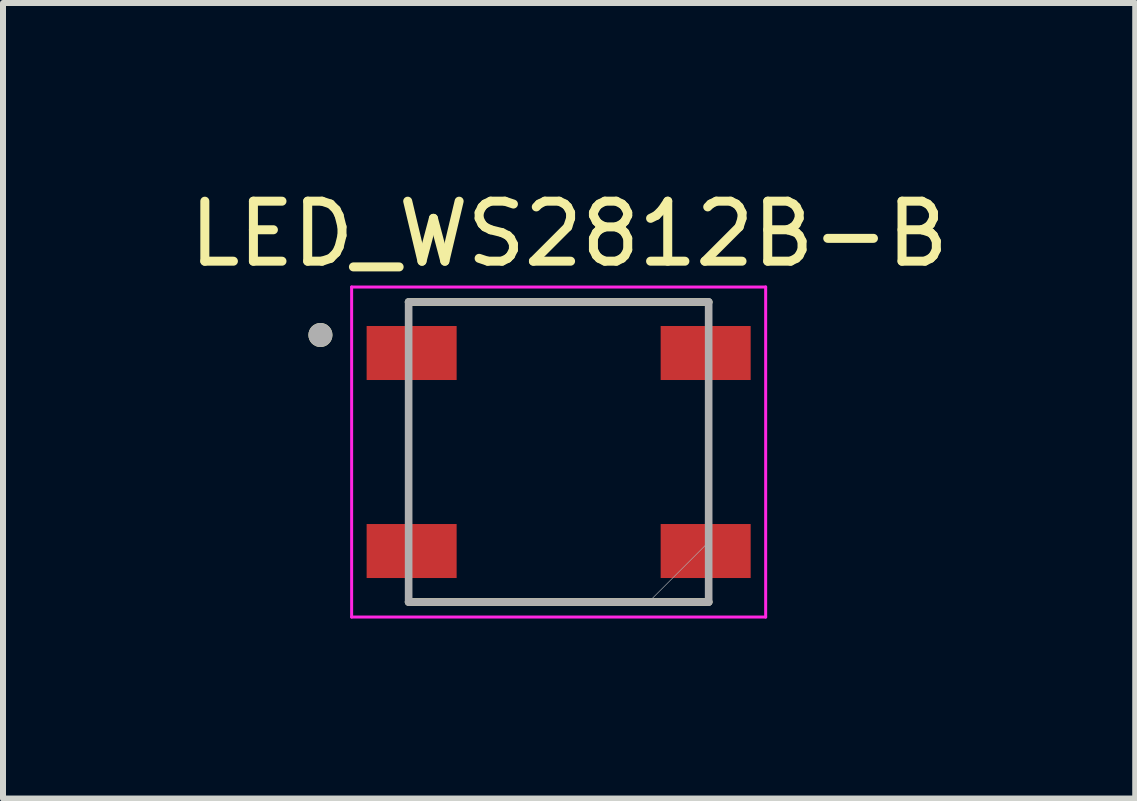
<source format=kicad_pcb>
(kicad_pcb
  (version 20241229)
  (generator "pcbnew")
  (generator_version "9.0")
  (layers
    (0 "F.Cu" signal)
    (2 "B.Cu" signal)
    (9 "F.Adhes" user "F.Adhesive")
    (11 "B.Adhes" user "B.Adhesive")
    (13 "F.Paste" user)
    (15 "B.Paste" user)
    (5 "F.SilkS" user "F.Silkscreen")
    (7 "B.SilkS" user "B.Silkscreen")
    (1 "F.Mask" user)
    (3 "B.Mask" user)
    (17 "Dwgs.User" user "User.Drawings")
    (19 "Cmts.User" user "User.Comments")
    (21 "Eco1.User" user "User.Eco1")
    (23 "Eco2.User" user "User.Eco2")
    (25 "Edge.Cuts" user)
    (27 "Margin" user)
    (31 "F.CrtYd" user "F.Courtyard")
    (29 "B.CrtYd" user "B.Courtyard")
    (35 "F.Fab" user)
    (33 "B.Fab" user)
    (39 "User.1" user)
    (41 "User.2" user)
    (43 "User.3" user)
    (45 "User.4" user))
  (footprint "LED_WS2812B-B"
    (layer "F.Cu")
    (at 6.26 4.483)
    (property "Reference" "LED_WS2812B-B" (at 0.175 -3.635 0) (layer "F.SilkS") (effects (font (size 1 1) (thickness 0.15))))
    (attr smd)
    (fp_line (start 2.5 -2.5) (end -2.5 -2.5) (stroke (width 0.127) (type solid)) (layer "F.SilkS"))
    (fp_line (start 2.5 2.5) (end -2.5 2.5) (stroke (width 0.127) (type solid)) (layer "F.SilkS"))
    (fp_circle (center -3.97 -1.95) (end -3.87 -1.95) (stroke (width 0.2) (type solid)) (fill no) (layer "F.SilkS"))
    (fp_line (start -3.45 -2.75) (end 3.45 -2.75) (stroke (width 0.05) (type solid)) (layer "F.CrtYd"))
    (fp_line (start -3.45 2.75) (end -3.45 -2.75) (stroke (width 0.05) (type solid)) (layer "F.CrtYd"))
    (fp_line (start 3.45 -2.75) (end 3.45 2.75) (stroke (width 0.05) (type solid)) (layer "F.CrtYd"))
    (fp_line (start 3.45 2.75) (end -3.45 2.75) (stroke (width 0.05) (type solid)) (layer "F.CrtYd"))
    (fp_line (start -2.5 -2.5) (end 2.5 -2.5) (stroke (width 0.127) (type solid)) (layer "F.Fab"))
    (fp_line (start -2.5 2.5) (end -2.5 -2.5) (stroke (width 0.127) (type solid)) (layer "F.Fab"))
    (fp_line (start 2.5 -2.5) (end 2.5 2.5) (stroke (width 0.127) (type solid)) (layer "F.Fab"))
    (fp_line (start 2.5 2.5) (end -2.5 2.5) (stroke (width 0.127) (type solid)) (layer "F.Fab"))
    (fp_circle (center -3.97 -1.95) (end -3.87 -1.95) (stroke (width 0.2) (type solid)) (fill no) (layer "F.Fab"))
    (fp_poly (pts (xy 2.5 2.5) (xy 1.5 2.5) (xy 2.5 1.5)) (stroke (width 0.01) (type solid)) (fill no) (layer "F.Fab"))
    (pad "1" smd rect (at -2.45 -1.65) (size 1.5 0.9) (layers "F.Cu" "F.Mask" "F.Paste"))
    (pad "2" smd rect (at -2.45 1.65) (size 1.5 0.9) (layers "F.Cu" "F.Mask" "F.Paste"))
    (pad "3" smd rect (at 2.45 1.65 180) (size 1.5 0.9) (layers "F.Cu" "F.Mask" "F.Paste"))
    (pad "4" smd rect (at 2.45 -1.65 180) (size 1.5 0.9) (layers "F.Cu" "F.Mask" "F.Paste")))
  (gr_rect
    (start -3 -3)
    (end 15.869 10.258)
    (stroke (width 0.1) (type default))
    (fill no)
    (layer "Edge.Cuts")))
</source>
